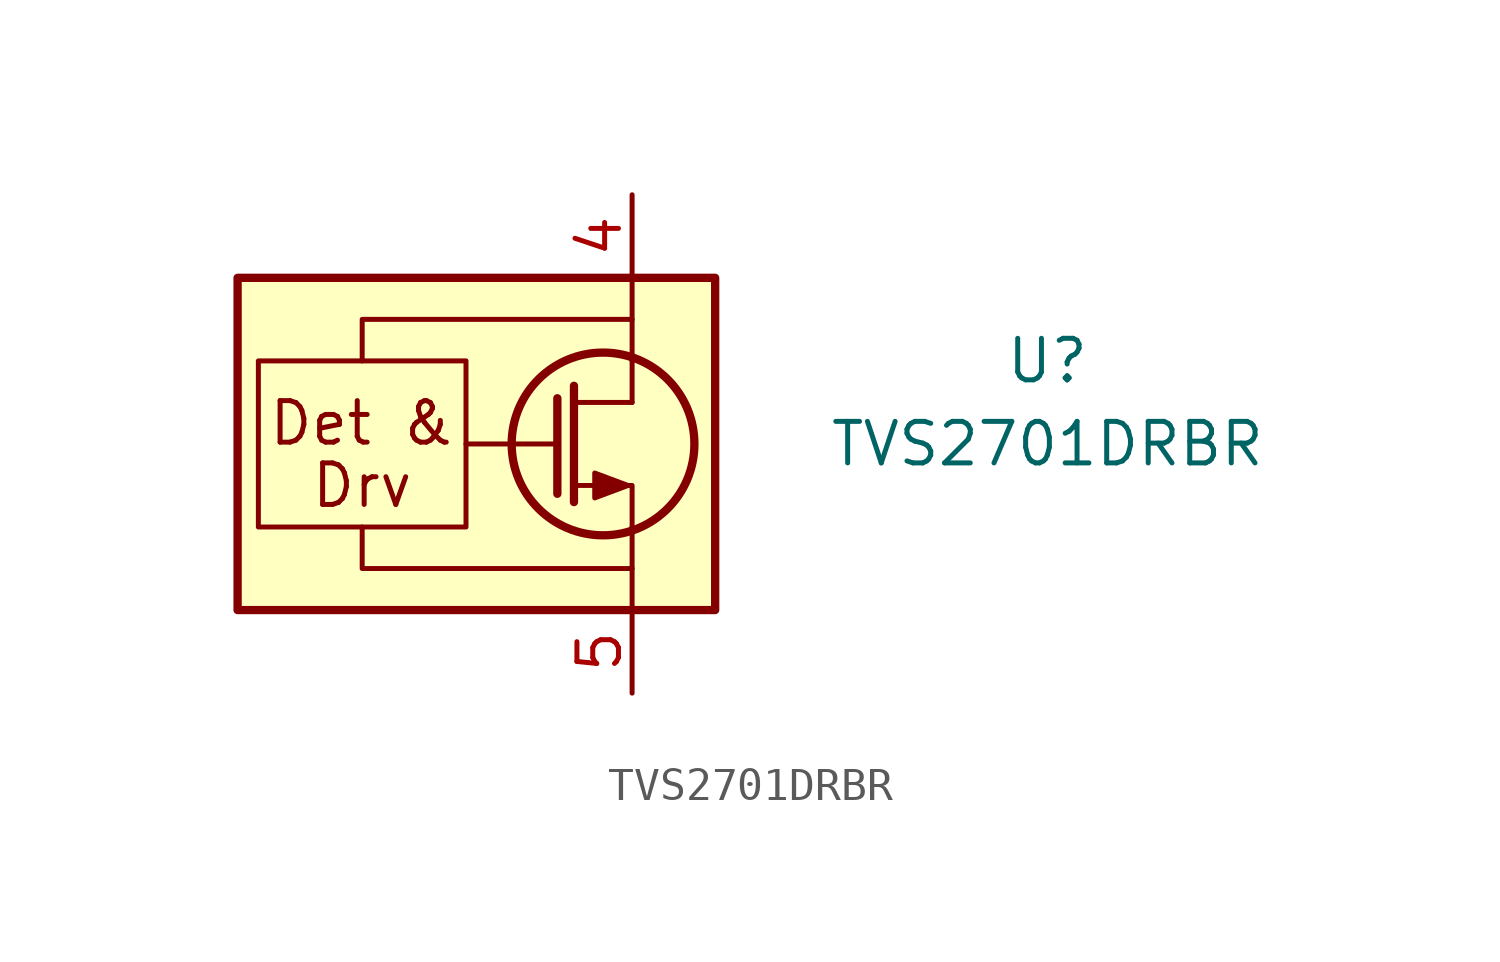
<source format=kicad_sym>
(kicad_symbol_lib
  (version 20231120)
  (generator "kicad_symbol_editor")
  (generator_version "8.0")
  (symbol "TVS2701DRBR"
    (pin_names hide)
    (property "Reference" "U"
      (at 17.78 -2.54 0)
      (effects (font (size 1.27 1.27))))
    (property "Value" "TVS2701DRBR"
      (at 17.78 -5.08 0)
      (effects (font (size 1.27 1.27))))
    (symbol "TVS2701DRBR_0_0"
      (rectangle (start -6.35 -2.54) (end 0 -7.62) (stroke (width 0) (type default)) (fill (type none)))
      (polyline (pts (xy 5.08 -3.81) (xy 3.302 -3.81)) (stroke (width 0) (type default)) (fill (type none)))
      (polyline (pts (xy -3.175 -7.62) (xy -3.175 -8.89) (xy 5.08 -8.89)) (stroke (width 0) (type default)) (fill (type none)))
      (polyline (pts (xy -3.175 -2.54) (xy -3.175 -1.27) (xy 5.08 -1.27)) (stroke (width 0) (type default)) (fill (type none)))
      (text "Det &" (at -3.175 -4.445 0) (effects (font (size 1.27 1.27))))
      (text "Drv" (at -3.175 -6.35 0) (effects (font (size 1.27 1.27)))))
    (symbol "TVS2701DRBR_0_1"
      (rectangle (start -6.985 0) (end 7.62 -10.16) (stroke (width 0.254) (type default)) (fill (type background)))
      (polyline (pts (xy 2.794 -5.08) (xy 0 -5.08)) (stroke (width 0) (type default)) (fill (type none)))
      (polyline (pts (xy 2.794 -3.683) (xy 2.794 -6.604)) (stroke (width 0.254) (type default)) (fill (type none)))
      (polyline (pts (xy 3.302 -3.302) (xy 3.302 -6.858)) (stroke (width 0.254) (type default)) (fill (type none)))
      (polyline (pts (xy 5.08 -7.62) (xy 5.08 -10.16)) (stroke (width 0) (type default)) (fill (type none)))
      (polyline (pts (xy 5.08 -2.54) (xy 5.08 -3.81)) (stroke (width 0) (type default)) (fill (type none)))
      (polyline (pts (xy 5.08 0) (xy 5.08 -2.54)) (stroke (width 0) (type default)) (fill (type none)))
      (polyline (pts (xy 5.08 -7.62) (xy 5.08 -6.35) (xy 3.302 -6.35)) (stroke (width 0) (type default)) (fill (type none)))
      (polyline (pts (xy 4.953 -6.35) (xy 3.937 -6.731) (xy 3.937 -5.969) (xy 4.953 -6.35)) (stroke (width 0) (type default)) (fill (type outline)))
      (circle (center 4.191 -5.08) (radius 2.794) (stroke (width 0.254) (type default)) (fill (type none))))
    (symbol "TVS2701DRBR_1_1"
      (pin passive line (at 5.08 2.54 270) (length 2.54) hide (name "IN" (effects (font (size 1.27 1.27)))) (number "1" (effects (font (size 1.27 1.27)))))
      (pin passive line (at 5.08 2.54 270) (length 2.54) hide (name "IN" (effects (font (size 1.27 1.27)))) (number "2" (effects (font (size 1.27 1.27)))))
      (pin passive line (at 5.08 2.54 270) (length 2.54) hide (name "IN" (effects (font (size 1.27 1.27)))) (number "3" (effects (font (size 1.27 1.27)))))
      (pin passive line (at 5.08 2.54 270) (length 2.54) (name "IN" (effects (font (size 1.27 1.27)))) (number "4" (effects (font (size 1.27 1.27)))))
      (pin power_in line (at 5.08 -12.7 90) (length 2.54) (name "GND" (effects (font (size 1.27 1.27)))) (number "5" (effects (font (size 1.27 1.27)))))
      (pin passive line (at 5.08 -12.7 90) (length 2.54) hide (name "GND" (effects (font (size 1.27 1.27)))) (number "6" (effects (font (size 1.27 1.27)))))
      (pin passive line (at 5.08 -12.7 90) (length 2.54) hide (name "GND" (effects (font (size 1.27 1.27)))) (number "7" (effects (font (size 1.27 1.27)))))
      (pin passive line (at 5.08 -12.7 90) (length 2.54) hide (name "GND" (effects (font (size 1.27 1.27)))) (number "8" (effects (font (size 1.27 1.27)))))
      (pin no_connect line (at 10.16 -5.08 180) (length 2.54) hide (name "NC" (effects (font (size 1.27 1.27)))) (number "9" (effects (font (size 1.27 1.27))))))))
</source>
